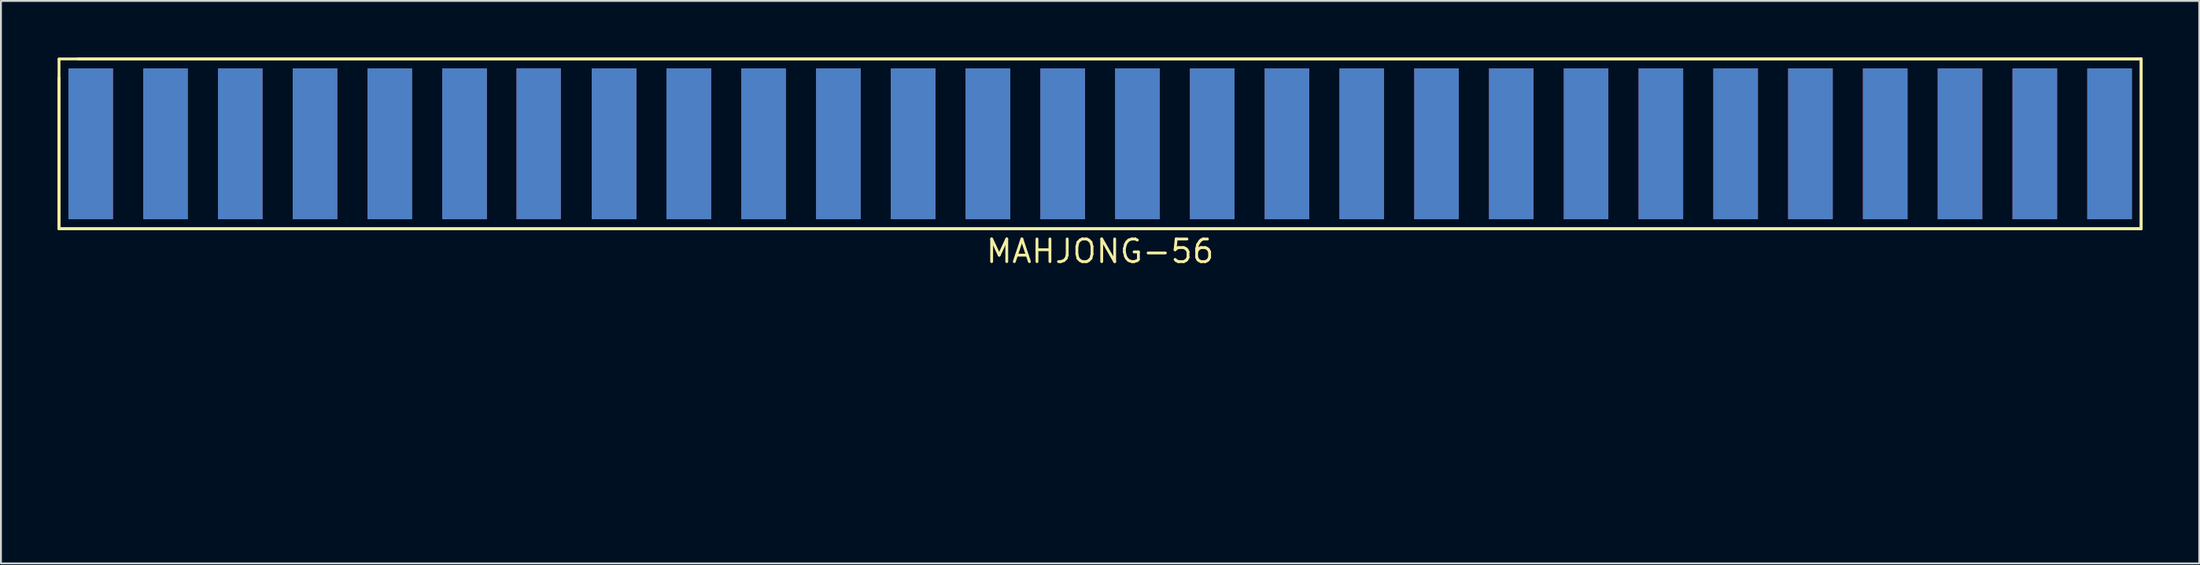
<source format=kicad_pcb>
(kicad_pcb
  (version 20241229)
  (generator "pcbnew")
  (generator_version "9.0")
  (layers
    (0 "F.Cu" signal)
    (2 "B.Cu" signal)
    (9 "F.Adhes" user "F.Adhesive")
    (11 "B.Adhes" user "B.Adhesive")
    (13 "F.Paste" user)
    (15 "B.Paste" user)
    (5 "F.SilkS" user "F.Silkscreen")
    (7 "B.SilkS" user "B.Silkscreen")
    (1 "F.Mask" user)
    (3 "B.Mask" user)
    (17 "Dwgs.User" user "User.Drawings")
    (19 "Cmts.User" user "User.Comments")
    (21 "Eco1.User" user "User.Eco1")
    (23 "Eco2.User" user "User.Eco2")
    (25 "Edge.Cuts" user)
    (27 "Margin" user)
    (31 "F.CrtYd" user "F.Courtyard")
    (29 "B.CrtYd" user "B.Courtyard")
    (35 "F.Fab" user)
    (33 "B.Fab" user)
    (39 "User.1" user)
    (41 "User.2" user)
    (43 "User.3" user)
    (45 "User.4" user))
  (footprint "MAHJONG-56"
    (layer "F.Cu")
    (at 56.21 23.575)
    (property "Reference" "MAHJONG-56" (at -1 -13.3 0) (layer "F.SilkS") (effects (font (size 1.2 1.2) (thickness 0.15))))
    (attr through_hole)
    (fp_poly (pts (xy -53.289 -15.011) (xy -55.626 -15.011) (xy -55.626 -23) (xy -53.289 -23)) (stroke (width 0.1) (type solid)) (fill yes) (layer "B.Mask"))
    (fp_poly (pts (xy -49.34 -15.011) (xy -51.676 -15.011) (xy -51.676 -23) (xy -49.34 -23)) (stroke (width 0.1) (type solid)) (fill yes) (layer "B.Mask"))
    (fp_poly (pts (xy -45.364 -15.011) (xy -47.701 -15.011) (xy -47.701 -23) (xy -45.364 -23)) (stroke (width 0.1) (type solid)) (fill yes) (layer "B.Mask"))
    (fp_poly (pts (xy -41.415 -15.011) (xy -43.752 -15.011) (xy -43.752 -23) (xy -41.415 -23)) (stroke (width 0.1) (type solid)) (fill yes) (layer "B.Mask"))
    (fp_poly (pts (xy -37.452 -15.011) (xy -39.789 -15.011) (xy -39.789 -23) (xy -37.452 -23)) (stroke (width 0.1) (type solid)) (fill yes) (layer "B.Mask"))
    (fp_poly (pts (xy -33.503 -15.011) (xy -35.839 -15.011) (xy -35.839 -23) (xy -33.503 -23)) (stroke (width 0.1) (type solid)) (fill yes) (layer "B.Mask"))
    (fp_poly (pts (xy -29.576 -15.014) (xy -31.913 -15.014) (xy -31.913 -23.002) (xy -29.576 -23.002)) (stroke (width 0.1) (type solid)) (fill yes) (layer "B.Mask"))
    (fp_poly (pts (xy -25.565 -14.999) (xy -27.902 -14.999) (xy -27.902 -22.987) (xy -25.565 -22.987)) (stroke (width 0.1) (type solid)) (fill yes) (layer "B.Mask"))
    (fp_poly (pts (xy -21.615 -14.999) (xy -23.952 -14.999) (xy -23.952 -22.987) (xy -21.615 -22.987)) (stroke (width 0.1) (type solid)) (fill yes) (layer "B.Mask"))
    (fp_poly (pts (xy -17.64 -14.999) (xy -19.977 -14.999) (xy -19.977 -22.987) (xy -17.64 -22.987)) (stroke (width 0.1) (type solid)) (fill yes) (layer "B.Mask"))
    (fp_poly (pts (xy -13.691 -14.999) (xy -16.027 -14.999) (xy -16.027 -22.987) (xy -13.691 -22.987)) (stroke (width 0.1) (type solid)) (fill yes) (layer "B.Mask"))
    (fp_poly (pts (xy -9.728 -14.999) (xy -12.065 -14.999) (xy -12.065 -22.987) (xy -9.728 -22.987)) (stroke (width 0.1) (type solid)) (fill yes) (layer "B.Mask"))
    (fp_poly (pts (xy -5.779 -14.999) (xy -8.115 -14.999) (xy -8.115 -22.987) (xy -5.779 -22.987)) (stroke (width 0.1) (type solid)) (fill yes) (layer "B.Mask"))
    (fp_poly (pts (xy -1.816 -15.011) (xy -4.153 -15.011) (xy -4.153 -23) (xy -1.816 -23)) (stroke (width 0.1) (type solid)) (fill yes) (layer "B.Mask"))
    (fp_poly (pts (xy 2.134 -15.011) (xy -0.203 -15.011) (xy -0.203 -23) (xy 2.134 -23)) (stroke (width 0.1) (type solid)) (fill yes) (layer "B.Mask"))
    (fp_poly (pts (xy 6.109 -15.011) (xy 3.772 -15.011) (xy 3.772 -23) (xy 6.109 -23)) (stroke (width 0.1) (type solid)) (fill yes) (layer "B.Mask"))
    (fp_poly (pts (xy 10.058 -15.011) (xy 7.722 -15.011) (xy 7.722 -23) (xy 10.058 -23)) (stroke (width 0.1) (type solid)) (fill yes) (layer "B.Mask"))
    (fp_poly (pts (xy 14.021 -15.011) (xy 11.684 -15.011) (xy 11.684 -23) (xy 14.021 -23)) (stroke (width 0.1) (type solid)) (fill yes) (layer "B.Mask"))
    (fp_poly (pts (xy 17.971 -15.011) (xy 15.634 -15.011) (xy 15.634 -23) (xy 17.971 -23)) (stroke (width 0.1) (type solid)) (fill yes) (layer "B.Mask"))
    (fp_poly (pts (xy 21.971 -15.011) (xy 19.634 -15.011) (xy 19.634 -23) (xy 21.971 -23)) (stroke (width 0.1) (type solid)) (fill yes) (layer "B.Mask"))
    (fp_poly (pts (xy 25.933 -15.011) (xy 23.597 -15.011) (xy 23.597 -23) (xy 25.933 -23)) (stroke (width 0.1) (type solid)) (fill yes) (layer "B.Mask"))
    (fp_poly (pts (xy 29.883 -15.011) (xy 27.546 -15.011) (xy 27.546 -23) (xy 29.883 -23)) (stroke (width 0.1) (type solid)) (fill yes) (layer "B.Mask"))
    (fp_poly (pts (xy 33.846 -15.024) (xy 31.509 -15.024) (xy 31.509 -23.012) (xy 33.846 -23.012)) (stroke (width 0.1) (type solid)) (fill yes) (layer "B.Mask"))
    (fp_poly (pts (xy 37.795 -15.024) (xy 35.458 -15.024) (xy 35.458 -23.012) (xy 37.795 -23.012)) (stroke (width 0.1) (type solid)) (fill yes) (layer "B.Mask"))
    (fp_poly (pts (xy 41.77 -15.024) (xy 39.434 -15.024) (xy 39.434 -23.012) (xy 41.77 -23.012)) (stroke (width 0.1) (type solid)) (fill yes) (layer "B.Mask"))
    (fp_poly (pts (xy 45.72 -15.024) (xy 43.383 -15.024) (xy 43.383 -23.012) (xy 45.72 -23.012)) (stroke (width 0.1) (type solid)) (fill yes) (layer "B.Mask"))
    (fp_poly (pts (xy 49.682 -15.024) (xy 47.346 -15.024) (xy 47.346 -23.012) (xy 49.682 -23.012)) (stroke (width 0.1) (type solid)) (fill yes) (layer "B.Mask"))
    (fp_poly (pts (xy 53.632 -15.024) (xy 51.295 -15.024) (xy 51.295 -23.012) (xy 53.632 -23.012)) (stroke (width 0.1) (type solid)) (fill yes) (layer "B.Mask"))
    (fp_line (start -56.135 -22.5) (end -56.135 -14.5) (stroke (width 0.15) (type solid)) (layer "F.SilkS"))
    (fp_line (start -56.135 -14.5) (end 54.135 -14.5) (stroke (width 0.15) (type solid)) (layer "F.SilkS"))
    (fp_line (start -56.135 -14.5) (end 54.135 -14.5) (stroke (width 0.15) (type solid)) (layer "F.SilkS"))
    (fp_line (start -56.134 -23.482) (end -56.135 -14.5) (stroke (width 0.15) (type solid)) (layer "F.SilkS"))
    (fp_line (start 54.135 -23.5) (end -56.134 -23.5) (stroke (width 0.15) (type solid)) (layer "F.SilkS"))
    (fp_line (start 54.135 -23.5) (end -55.135 -23.5) (stroke (width 0.15) (type solid)) (layer "F.SilkS"))
    (fp_line (start 54.135 -14.5) (end 54.135 -23.5) (stroke (width 0.15) (type solid)) (layer "F.SilkS"))
    (fp_line (start 54.135 -14.5) (end 54.135 -23.5) (stroke (width 0.15) (type solid)) (layer "F.SilkS"))
    (pad "1" smd rect (at -54.46 -19) (size 2.35 8) (layers "F.Cu" "F.Mask" "F.Paste"))
    (pad "1" smd rect (at -54.46 -19) (size 2.35 8) (layers "F.Cu" "F.Mask" "F.Paste"))
    (pad "2" smd rect (at -50.5 -19) (size 2.35 8) (layers "F.Cu" "F.Mask" "F.Paste"))
    (pad "2" smd rect (at -50.5 -19) (size 2.35 8) (layers "F.Cu" "F.Mask" "F.Paste"))
    (pad "3" smd rect (at -46.54 -19) (size 2.35 8) (layers "F.Cu" "F.Mask" "F.Paste"))
    (pad "3" smd rect (at -46.54 -19) (size 2.35 8) (layers "F.Cu" "F.Mask" "F.Paste"))
    (pad "4" smd rect (at -42.58 -19) (size 2.35 8) (layers "F.Cu" "F.Mask" "F.Paste"))
    (pad "4" smd rect (at -42.58 -19) (size 2.35 8) (layers "F.Cu" "F.Mask" "F.Paste"))
    (pad "5" smd rect (at -38.62 -19) (size 2.35 8) (layers "F.Cu" "F.Mask" "F.Paste"))
    (pad "5" smd rect (at -38.62 -19) (size 2.35 8) (layers "F.Cu" "F.Mask" "F.Paste"))
    (pad "6" smd rect (at -34.66 -19) (size 2.35 8) (layers "F.Cu" "F.Mask" "F.Paste"))
    (pad "6" smd rect (at -34.66 -19) (size 2.35 8) (layers "F.Cu" "F.Mask" "F.Paste"))
    (pad "7" smd rect (at -30.733 -19.003) (size 2.35 8) (layers "F.Cu" "F.Mask" "F.Paste"))
    (pad "8" smd rect (at -26.74 -19) (size 2.35 8) (layers "F.Cu" "F.Mask" "F.Paste"))
    (pad "8" smd rect (at -26.74 -19) (size 2.35 8) (layers "F.Cu" "F.Mask" "F.Paste"))
    (pad "9" smd rect (at -22.78 -19) (size 2.35 8) (layers "F.Cu" "F.Mask" "F.Paste"))
    (pad "9" smd rect (at -22.78 -19) (size 2.35 8) (layers "F.Cu" "F.Mask" "F.Paste"))
    (pad "10" smd rect (at -18.82 -19) (size 2.35 8) (layers "F.Cu" "F.Mask" "F.Paste"))
    (pad "10" smd rect (at -18.82 -19) (size 2.35 8) (layers "F.Cu" "F.Mask" "F.Paste"))
    (pad "11" smd rect (at -14.86 -19) (size 2.35 8) (layers "F.Cu" "F.Mask" "F.Paste"))
    (pad "11" smd rect (at -14.86 -19) (size 2.35 8) (layers "F.Cu" "F.Mask" "F.Paste"))
    (pad "12" smd rect (at -10.9 -19) (size 2.35 8) (layers "F.Cu" "F.Mask" "F.Paste"))
    (pad "12" smd rect (at -10.9 -19) (size 2.35 8) (layers "F.Cu" "F.Mask" "F.Paste"))
    (pad "13" smd rect (at -6.94 -19) (size 2.35 8) (layers "F.Cu" "F.Mask" "F.Paste"))
    (pad "13" smd rect (at -6.94 -19) (size 2.35 8) (layers "F.Cu" "F.Mask" "F.Paste"))
    (pad "14" smd rect (at -2.98 -19) (size 2.35 8) (layers "F.Cu" "F.Mask" "F.Paste"))
    (pad "14" smd rect (at -2.98 -19) (size 2.35 8) (layers "F.Cu" "F.Mask" "F.Paste"))
    (pad "15" smd rect (at 0.98 -19) (size 2.35 8) (layers "F.Cu" "F.Mask" "F.Paste"))
    (pad "15" smd rect (at 0.98 -19) (size 2.35 8) (layers "F.Cu" "F.Mask" "F.Paste"))
    (pad "16" smd rect (at 4.94 -19) (size 2.35 8) (layers "F.Cu" "F.Mask" "F.Paste"))
    (pad "16" smd rect (at 4.94 -19) (size 2.35 8) (layers "F.Cu" "F.Mask" "F.Paste"))
    (pad "17" smd rect (at 8.9 -19) (size 2.35 8) (layers "F.Cu" "F.Mask" "F.Paste"))
    (pad "17" smd rect (at 8.9 -19) (size 2.35 8) (layers "F.Cu" "F.Mask" "F.Paste"))
    (pad "18" smd rect (at 12.86 -19) (size 2.35 8) (layers "F.Cu" "F.Mask" "F.Paste"))
    (pad "18" smd rect (at 12.86 -19) (size 2.35 8) (layers "F.Cu" "F.Mask" "F.Paste"))
    (pad "19" smd rect (at 16.82 -19) (size 2.35 8) (layers "F.Cu" "F.Mask" "F.Paste"))
    (pad "19" smd rect (at 16.82 -19) (size 2.35 8) (layers "F.Cu" "F.Mask" "F.Paste"))
    (pad "20" smd rect (at 20.78 -19) (size 2.35 8) (layers "F.Cu" "F.Mask" "F.Paste"))
    (pad "20" smd rect (at 20.78 -19) (size 2.35 8) (layers "F.Cu" "F.Mask" "F.Paste"))
    (pad "21" smd rect (at 24.74 -19) (size 2.35 8) (layers "F.Cu" "F.Mask" "F.Paste"))
    (pad "21" smd rect (at 24.74 -19) (size 2.35 8) (layers "F.Cu" "F.Mask" "F.Paste"))
    (pad "22" smd rect (at 28.7 -19) (size 2.35 8) (layers "F.Cu" "F.Mask" "F.Paste"))
    (pad "22" smd rect (at 28.7 -19) (size 2.35 8) (layers "F.Cu" "F.Mask" "F.Paste"))
    (pad "23" smd rect (at 32.66 -19) (size 2.35 8) (layers "F.Cu" "F.Mask" "F.Paste"))
    (pad "23" smd rect (at 32.66 -19) (size 2.35 8) (layers "F.Cu" "F.Mask" "F.Paste"))
    (pad "24" smd rect (at 36.62 -19) (size 2.35 8) (layers "F.Cu" "F.Mask" "F.Paste"))
    (pad "24" smd rect (at 36.62 -19) (size 2.35 8) (layers "F.Cu" "F.Mask" "F.Paste"))
    (pad "25" smd rect (at 40.58 -19) (size 2.35 8) (layers "F.Cu" "F.Mask" "F.Paste"))
    (pad "25" smd rect (at 40.58 -19) (size 2.35 8) (layers "F.Cu" "F.Mask" "F.Paste"))
    (pad "26" smd rect (at 44.54 -19) (size 2.35 8) (layers "F.Cu" "F.Mask" "F.Paste"))
    (pad "26" smd rect (at 44.54 -19) (size 2.35 8) (layers "F.Cu" "F.Mask" "F.Paste"))
    (pad "27" smd rect (at 48.5 -19) (size 2.35 8) (layers "F.Cu" "F.Mask" "F.Paste"))
    (pad "27" smd rect (at 48.5 -19) (size 2.35 8) (layers "F.Cu" "F.Mask" "F.Paste"))
    (pad "28" smd rect (at 52.46 -19) (size 2.35 8) (layers "F.Cu" "F.Mask" "F.Paste"))
    (pad "28" smd rect (at 52.46 -19) (size 2.35 8) (layers "F.Cu" "F.Mask" "F.Paste"))
    (pad "A" smd rect (at -54.46 -19) (size 2.35 8) (layers "F.Mask" "B.Cu" "F.Paste"))
    (pad "A" smd rect (at -54.46 -19) (size 2.35 8) (layers "F.Mask" "B.Cu" "F.Paste"))
    (pad "B" smd rect (at -50.5 -19) (size 2.35 8) (layers "F.Mask" "B.Cu" "F.Paste"))
    (pad "B" smd rect (at -50.5 -19) (size 2.35 8) (layers "F.Mask" "B.Cu" "F.Paste"))
    (pad "C" smd rect (at -46.54 -19) (size 2.35 8) (layers "F.Mask" "B.Cu" "F.Paste"))
    (pad "C" smd rect (at -46.54 -19) (size 2.35 8) (layers "F.Mask" "B.Cu" "F.Paste"))
    (pad "D" smd rect (at -42.58 -19) (size 2.35 8) (layers "F.Mask" "B.Cu" "F.Paste"))
    (pad "D" smd rect (at -42.58 -19) (size 2.35 8) (layers "F.Mask" "B.Cu" "F.Paste"))
    (pad "E" smd rect (at -38.62 -19) (size 2.35 8) (layers "F.Mask" "B.Cu" "F.Paste"))
    (pad "E" smd rect (at -38.62 -19) (size 2.35 8) (layers "F.Mask" "B.Cu" "F.Paste"))
    (pad "F" smd rect (at -34.66 -19) (size 2.35 8) (layers "F.Mask" "B.Cu" "F.Paste"))
    (pad "F" smd rect (at -34.66 -19) (size 2.35 8) (layers "F.Mask" "B.Cu" "F.Paste"))
    (pad "H" smd rect (at -30.733 -19.003) (size 2.35 8) (layers "F.Mask" "B.Cu" "F.Paste"))
    (pad "J" smd rect (at -26.74 -19) (size 2.35 8) (layers "F.Mask" "B.Cu" "F.Paste"))
    (pad "J" smd rect (at -26.74 -19) (size 2.35 8) (layers "F.Mask" "B.Cu" "F.Paste"))
    (pad "K" smd rect (at -22.78 -19) (size 2.35 8) (layers "F.Mask" "B.Cu" "F.Paste"))
    (pad "K" smd rect (at -22.78 -19) (size 2.35 8) (layers "F.Mask" "B.Cu" "F.Paste"))
    (pad "L" smd rect (at -18.82 -19) (size 2.35 8) (layers "F.Mask" "B.Cu" "F.Paste"))
    (pad "L" smd rect (at -18.82 -19) (size 2.35 8) (layers "F.Mask" "B.Cu" "F.Paste"))
    (pad "M" smd rect (at -14.86 -19) (size 2.35 8) (layers "F.Mask" "B.Cu" "F.Paste"))
    (pad "M" smd rect (at -14.86 -19) (size 2.35 8) (layers "F.Mask" "B.Cu" "F.Paste"))
    (pad "N" smd rect (at -10.9 -19) (size 2.35 8) (layers "F.Mask" "B.Cu" "F.Paste"))
    (pad "N" smd rect (at -10.9 -19) (size 2.35 8) (layers "F.Mask" "B.Cu" "F.Paste"))
    (pad "P" smd rect (at -6.94 -19) (size 2.35 8) (layers "F.Mask" "B.Cu" "F.Paste"))
    (pad "P" smd rect (at -6.94 -19) (size 2.35 8) (layers "F.Mask" "B.Cu" "F.Paste"))
    (pad "R" smd rect (at -2.98 -19) (size 2.35 8) (layers "F.Mask" "B.Cu" "F.Paste"))
    (pad "R" smd rect (at -2.98 -19) (size 2.35 8) (layers "F.Mask" "B.Cu" "F.Paste"))
    (pad "S" smd rect (at 0.98 -19) (size 2.35 8) (layers "F.Mask" "B.Cu" "F.Paste"))
    (pad "S" smd rect (at 0.98 -19) (size 2.35 8) (layers "F.Mask" "B.Cu" "F.Paste"))
    (pad "T" smd rect (at 4.94 -19) (size 2.35 8) (layers "F.Mask" "B.Cu" "F.Paste"))
    (pad "T" smd rect (at 4.94 -19) (size 2.35 8) (layers "F.Mask" "B.Cu" "F.Paste"))
    (pad "U" smd rect (at 8.9 -19) (size 2.35 8) (layers "F.Mask" "B.Cu" "F.Paste"))
    (pad "U" smd rect (at 8.9 -19) (size 2.35 8) (layers "F.Mask" "B.Cu" "F.Paste"))
    (pad "V" smd rect (at 12.86 -19) (size 2.35 8) (layers "F.Mask" "B.Cu" "F.Paste"))
    (pad "V" smd rect (at 12.86 -19) (size 2.35 8) (layers "F.Mask" "B.Cu" "F.Paste"))
    (pad "W" smd rect (at 16.82 -19) (size 2.35 8) (layers "F.Mask" "B.Cu" "F.Paste"))
    (pad "W" smd rect (at 16.82 -19) (size 2.35 8) (layers "F.Mask" "B.Cu" "F.Paste"))
    (pad "X" smd rect (at 20.78 -19) (size 2.35 8) (layers "F.Mask" "B.Cu" "F.Paste"))
    (pad "X" smd rect (at 20.78 -19) (size 2.35 8) (layers "F.Mask" "B.Cu" "F.Paste"))
    (pad "Y" smd rect (at 24.74 -19) (size 2.35 8) (layers "F.Mask" "B.Cu" "F.Paste"))
    (pad "Y" smd rect (at 24.74 -19) (size 2.35 8) (layers "F.Mask" "B.Cu" "F.Paste"))
    (pad "Z" smd rect (at 28.7 -19) (size 2.35 8) (layers "F.Mask" "B.Cu" "F.Paste"))
    (pad "Z" smd rect (at 28.7 -19) (size 2.35 8) (layers "F.Mask" "B.Cu" "F.Paste"))
    (pad "a" smd rect (at 32.66 -19) (size 2.35 8) (layers "F.Mask" "B.Cu" "F.Paste"))
    (pad "a" smd rect (at 32.66 -19) (size 2.35 8) (layers "F.Mask" "B.Cu" "F.Paste"))
    (pad "b" smd rect (at 36.62 -19) (size 2.35 8) (layers "F.Mask" "B.Cu" "F.Paste"))
    (pad "b" smd rect (at 36.62 -19) (size 2.35 8) (layers "F.Mask" "B.Cu" "F.Paste"))
    (pad "c" smd rect (at 40.58 -19) (size 2.35 8) (layers "F.Mask" "B.Cu" "F.Paste"))
    (pad "c" smd rect (at 40.58 -19) (size 2.35 8) (layers "F.Mask" "B.Cu" "F.Paste"))
    (pad "d" smd rect (at 44.54 -19) (size 2.35 8) (layers "F.Mask" "B.Cu" "F.Paste"))
    (pad "d" smd rect (at 44.54 -19) (size 2.35 8) (layers "F.Mask" "B.Cu" "F.Paste"))
    (pad "e" smd rect (at 48.5 -19) (size 2.35 8) (layers "F.Mask" "B.Cu" "F.Paste"))
    (pad "e" smd rect (at 48.5 -19) (size 2.35 8) (layers "F.Mask" "B.Cu" "F.Paste"))
    (pad "f" smd rect (at 52.46 -19) (size 2.35 8) (layers "F.Mask" "B.Cu" "F.Paste"))
    (pad "f" smd rect (at 52.46 -19) (size 2.35 8) (layers "F.Mask" "B.Cu" "F.Paste")))
  (gr_rect
    (start -3 -3)
    (end 113.42 26.825)
    (stroke (width 0.1) (type default))
    (fill no)
    (layer "Edge.Cuts")))
</source>
